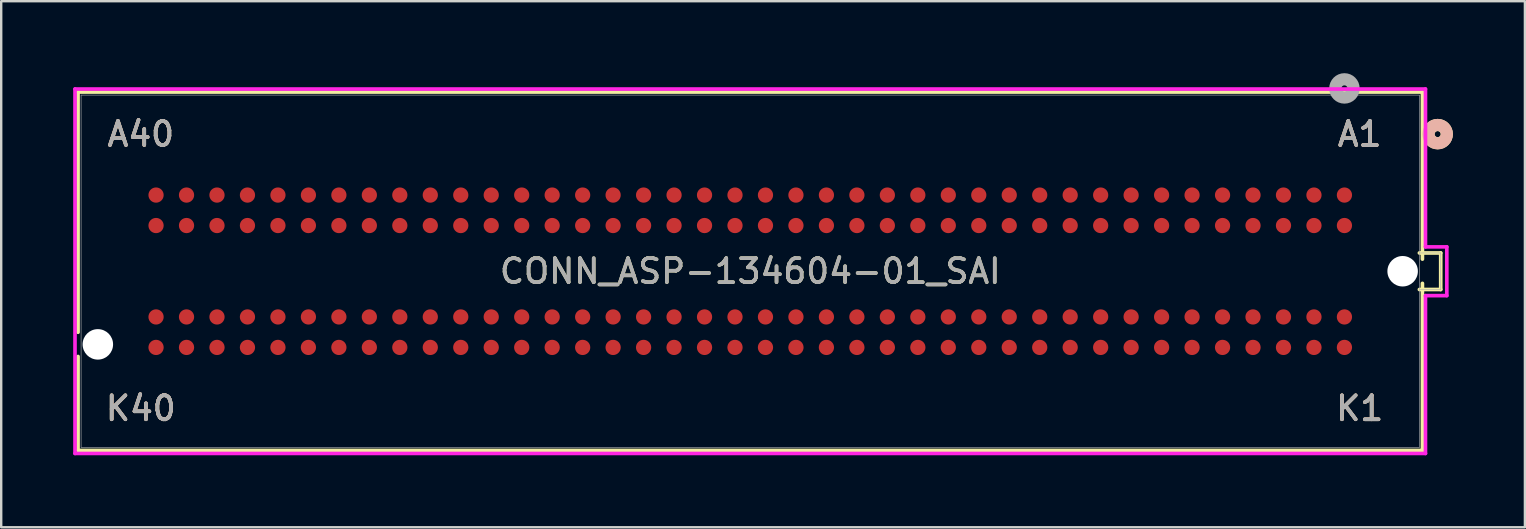
<source format=kicad_pcb>
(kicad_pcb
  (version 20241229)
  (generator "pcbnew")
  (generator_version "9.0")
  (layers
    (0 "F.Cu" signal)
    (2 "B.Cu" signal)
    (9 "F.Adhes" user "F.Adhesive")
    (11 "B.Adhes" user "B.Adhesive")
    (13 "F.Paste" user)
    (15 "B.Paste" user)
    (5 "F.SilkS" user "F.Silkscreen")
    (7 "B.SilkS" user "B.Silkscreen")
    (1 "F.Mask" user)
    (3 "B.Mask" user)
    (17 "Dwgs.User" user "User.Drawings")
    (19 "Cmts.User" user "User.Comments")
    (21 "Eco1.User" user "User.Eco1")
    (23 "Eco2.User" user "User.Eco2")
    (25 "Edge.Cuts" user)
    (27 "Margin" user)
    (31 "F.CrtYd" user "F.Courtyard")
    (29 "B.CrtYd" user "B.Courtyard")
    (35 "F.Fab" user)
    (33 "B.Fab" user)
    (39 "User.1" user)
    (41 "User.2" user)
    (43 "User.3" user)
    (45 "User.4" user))
  (footprint "CONN_ASP-134604-01_SAI"
    (layer "F.Cu")
    (at 28.219 8.255)
    (property "Reference" "CONN_ASP-134604-01_SAI" (at 0 0 0) (unlocked yes) (layer "F.SilkS") (effects (font (size 1 1) (thickness 0.15))))
    (attr smd)
    (fp_line (start -28.016 -7.468) (end -28.016 2.543) (stroke (width 0.152) (type solid)) (layer "F.SilkS"))
    (fp_line (start -28.016 3.553) (end -28.016 7.468) (stroke (width 0.152) (type solid)) (layer "F.SilkS"))
    (fp_line (start -28.016 7.468) (end 28.016 7.468) (stroke (width 0.152) (type solid)) (layer "F.SilkS"))
    (fp_line (start 27.889 0.762) (end 28.778 0.762) (stroke (width 0.152) (type solid)) (layer "F.SilkS"))
    (fp_line (start 28.016 -7.468) (end -28.016 -7.468) (stroke (width 0.152) (type solid)) (layer "F.SilkS"))
    (fp_line (start 28.016 -0.505) (end 28.016 -7.468) (stroke (width 0.152) (type solid)) (layer "F.SilkS"))
    (fp_line (start 28.016 7.468) (end 28.016 0.505) (stroke (width 0.152) (type solid)) (layer "F.SilkS"))
    (fp_line (start 28.778 -0.762) (end 27.889 -0.762) (stroke (width 0.152) (type solid)) (layer "F.SilkS"))
    (fp_line (start 28.778 0.762) (end 28.778 -0.762) (stroke (width 0.152) (type solid)) (layer "F.SilkS"))
    (fp_circle (center 28.651 -5.715) (end 29.032 -5.715) (stroke (width 0.508) (type solid)) (fill no) (layer "F.SilkS"))
    (fp_circle (center 28.651 -5.715) (end 29.032 -5.715) (stroke (width 0.508) (type solid)) (fill no) (layer "B.SilkS"))
    (fp_line (start -28.143 -7.595) (end -28.143 7.595) (stroke (width 0.152) (type solid)) (layer "F.CrtYd"))
    (fp_line (start -28.143 7.595) (end 28.143 7.595) (stroke (width 0.152) (type solid)) (layer "F.CrtYd"))
    (fp_line (start 28.143 -7.595) (end -28.143 -7.595) (stroke (width 0.152) (type solid)) (layer "F.CrtYd"))
    (fp_line (start 28.143 -1.016) (end 28.143 -7.595) (stroke (width 0.152) (type solid)) (layer "F.CrtYd"))
    (fp_line (start 28.143 1.016) (end 29.032 1.016) (stroke (width 0.152) (type solid)) (layer "F.CrtYd"))
    (fp_line (start 28.143 7.595) (end 28.143 1.016) (stroke (width 0.152) (type solid)) (layer "F.CrtYd"))
    (fp_line (start 29.032 -1.016) (end 28.143 -1.016) (stroke (width 0.152) (type solid)) (layer "F.CrtYd"))
    (fp_line (start 29.032 1.016) (end 29.032 -1.016) (stroke (width 0.152) (type solid)) (layer "F.CrtYd"))
    (fp_line (start -27.889 -7.341) (end -27.889 7.341) (stroke (width 0.025) (type solid)) (layer "F.Fab"))
    (fp_line (start -27.889 7.341) (end 27.889 7.341) (stroke (width 0.025) (type solid)) (layer "F.Fab"))
    (fp_line (start 27.889 -7.341) (end -27.889 -7.341) (stroke (width 0.025) (type solid)) (layer "F.Fab"))
    (fp_line (start 27.889 0.762) (end 28.778 0.762) (stroke (width 0.025) (type solid)) (layer "F.Fab"))
    (fp_line (start 27.889 7.341) (end 27.889 -7.341) (stroke (width 0.025) (type solid)) (layer "F.Fab"))
    (fp_line (start 28.778 -0.762) (end 27.889 -0.762) (stroke (width 0.025) (type solid)) (layer "F.Fab"))
    (fp_line (start 28.778 0.762) (end 28.778 -0.762) (stroke (width 0.025) (type solid)) (layer "F.Fab"))
    (fp_circle (center 24.765 -7.62) (end 25.146 -7.62) (stroke (width 0.508) (type solid)) (fill no) (layer "F.Fab"))
    (fp_text user "A1" (at 25.4 -5.715 0) (unlocked yes) (layer "F.SilkS") (effects (font (size 1 1) (thickness 0.15))))
    (fp_text user "A40" (at -25.4 -5.715 0) (unlocked yes) (layer "F.SilkS") (effects (font (size 1 1) (thickness 0.15))))
    (fp_text user "K1" (at 25.4 5.715 0) (unlocked yes) (layer "F.SilkS") (effects (font (size 1 1) (thickness 0.15))))
    (fp_text user "K40" (at -25.4 5.715 0) (unlocked yes) (layer "F.SilkS") (effects (font (size 1 1) (thickness 0.15))))
    (fp_text user "K1" (at 25.4 5.715 0) (unlocked yes) (layer "B.SilkS") (effects (font (size 1 1) (thickness 0.15))))
    (fp_text user "A1" (at 25.4 -5.715 0) (unlocked yes) (layer "B.SilkS") (effects (font (size 1 1) (thickness 0.15))))
    (fp_text user "A40" (at -25.4 -5.715 0) (unlocked yes) (layer "B.SilkS") (effects (font (size 1 1) (thickness 0.15))))
    (fp_text user "K40" (at -25.4 5.715 0) (unlocked yes) (layer "B.SilkS") (effects (font (size 1 1) (thickness 0.15))))
    (fp_text user "A40" (at -25.4 -5.715 0) (unlocked yes) (layer "F.Fab") (effects (font (size 1 1) (thickness 0.15))))
    (fp_text user "K1" (at 25.4 5.715 0) (unlocked yes) (layer "F.Fab") (effects (font (size 1 1) (thickness 0.15))))
    (fp_text user "A1" (at 25.4 -5.715 0) (unlocked yes) (layer "F.Fab") (effects (font (size 1 1) (thickness 0.15))))
    (fp_text user "K40" (at -25.4 5.715 0) (unlocked yes) (layer "F.Fab") (effects (font (size 1 1) (thickness 0.15))))
    (fp_text user "${REFERENCE}" (at 0 0 0) (unlocked yes) (layer "F.Fab") (effects (font (size 1 1) (thickness 0.15))))
    (pad "" np_thru_hole circle (at -27.191 3.048) (size 1.27 1.27) (drill 1.27) (layers "*.Cu" "*.Mask"))
    (pad "" np_thru_hole circle (at 27.191 0) (size 1.27 1.27) (drill 1.27) (layers "*.Cu" "*.Mask"))
    (pad "C1" smd circle (at 24.765 -3.175) (size 0.635 0.635) (layers "F.Cu" "F.Mask" "F.Paste"))
    (pad "C2" smd circle (at 23.495 -3.175) (size 0.635 0.635) (layers "F.Cu" "F.Mask" "F.Paste"))
    (pad "C3" smd circle (at 22.225 -3.175) (size 0.635 0.635) (layers "F.Cu" "F.Mask" "F.Paste"))
    (pad "C4" smd circle (at 20.955 -3.175) (size 0.635 0.635) (layers "F.Cu" "F.Mask" "F.Paste"))
    (pad "C5" smd circle (at 19.685 -3.175) (size 0.635 0.635) (layers "F.Cu" "F.Mask" "F.Paste"))
    (pad "C6" smd circle (at 18.415 -3.175) (size 0.635 0.635) (layers "F.Cu" "F.Mask" "F.Paste"))
    (pad "C7" smd circle (at 17.145 -3.175) (size 0.635 0.635) (layers "F.Cu" "F.Mask" "F.Paste"))
    (pad "C8" smd circle (at 15.875 -3.175) (size 0.635 0.635) (layers "F.Cu" "F.Mask" "F.Paste"))
    (pad "C9" smd circle (at 14.605 -3.175) (size 0.635 0.635) (layers "F.Cu" "F.Mask" "F.Paste"))
    (pad "C10" smd circle (at 13.335 -3.175) (size 0.635 0.635) (layers "F.Cu" "F.Mask" "F.Paste"))
    (pad "C11" smd circle (at 12.065 -3.175) (size 0.635 0.635) (layers "F.Cu" "F.Mask" "F.Paste"))
    (pad "C12" smd circle (at 10.795 -3.175) (size 0.635 0.635) (layers "F.Cu" "F.Mask" "F.Paste"))
    (pad "C13" smd circle (at 9.525 -3.175) (size 0.635 0.635) (layers "F.Cu" "F.Mask" "F.Paste"))
    (pad "C14" smd circle (at 8.255 -3.175) (size 0.635 0.635) (layers "F.Cu" "F.Mask" "F.Paste"))
    (pad "C15" smd circle (at 6.985 -3.175) (size 0.635 0.635) (layers "F.Cu" "F.Mask" "F.Paste"))
    (pad "C16" smd circle (at 5.715 -3.175) (size 0.635 0.635) (layers "F.Cu" "F.Mask" "F.Paste"))
    (pad "C17" smd circle (at 4.445 -3.175) (size 0.635 0.635) (layers "F.Cu" "F.Mask" "F.Paste"))
    (pad "C18" smd circle (at 3.175 -3.175) (size 0.635 0.635) (layers "F.Cu" "F.Mask" "F.Paste"))
    (pad "C19" smd circle (at 1.905 -3.175) (size 0.635 0.635) (layers "F.Cu" "F.Mask" "F.Paste"))
    (pad "C20" smd circle (at 0.635 -3.175) (size 0.635 0.635) (layers "F.Cu" "F.Mask" "F.Paste"))
    (pad "C21" smd circle (at -0.635 -3.175) (size 0.635 0.635) (layers "F.Cu" "F.Mask" "F.Paste"))
    (pad "C22" smd circle (at -1.905 -3.175) (size 0.635 0.635) (layers "F.Cu" "F.Mask" "F.Paste"))
    (pad "C23" smd circle (at -3.175 -3.175) (size 0.635 0.635) (layers "F.Cu" "F.Mask" "F.Paste"))
    (pad "C24" smd circle (at -4.445 -3.175) (size 0.635 0.635) (layers "F.Cu" "F.Mask" "F.Paste"))
    (pad "C25" smd circle (at -5.715 -3.175) (size 0.635 0.635) (layers "F.Cu" "F.Mask" "F.Paste"))
    (pad "C26" smd circle (at -6.985 -3.175) (size 0.635 0.635) (layers "F.Cu" "F.Mask" "F.Paste"))
    (pad "C27" smd circle (at -8.255 -3.175) (size 0.635 0.635) (layers "F.Cu" "F.Mask" "F.Paste"))
    (pad "C28" smd circle (at -9.525 -3.175) (size 0.635 0.635) (layers "F.Cu" "F.Mask" "F.Paste"))
    (pad "C29" smd circle (at -10.795 -3.175) (size 0.635 0.635) (layers "F.Cu" "F.Mask" "F.Paste"))
    (pad "C30" smd circle (at -12.065 -3.175) (size 0.635 0.635) (layers "F.Cu" "F.Mask" "F.Paste"))
    (pad "C31" smd circle (at -13.335 -3.175) (size 0.635 0.635) (layers "F.Cu" "F.Mask" "F.Paste"))
    (pad "C32" smd circle (at -14.605 -3.175) (size 0.635 0.635) (layers "F.Cu" "F.Mask" "F.Paste"))
    (pad "C33" smd circle (at -15.875 -3.175) (size 0.635 0.635) (layers "F.Cu" "F.Mask" "F.Paste"))
    (pad "C34" smd circle (at -17.145 -3.175) (size 0.635 0.635) (layers "F.Cu" "F.Mask" "F.Paste"))
    (pad "C35" smd circle (at -18.415 -3.175) (size 0.635 0.635) (layers "F.Cu" "F.Mask" "F.Paste"))
    (pad "C36" smd circle (at -19.685 -3.175) (size 0.635 0.635) (layers "F.Cu" "F.Mask" "F.Paste"))
    (pad "C37" smd circle (at -20.955 -3.175) (size 0.635 0.635) (layers "F.Cu" "F.Mask" "F.Paste"))
    (pad "C38" smd circle (at -22.225 -3.175) (size 0.635 0.635) (layers "F.Cu" "F.Mask" "F.Paste"))
    (pad "C39" smd circle (at -23.495 -3.175) (size 0.635 0.635) (layers "F.Cu" "F.Mask" "F.Paste"))
    (pad "C40" smd circle (at -24.765 -3.175) (size 0.635 0.635) (layers "F.Cu" "F.Mask" "F.Paste"))
    (pad "D1" smd circle (at 24.765 -1.905) (size 0.635 0.635) (layers "F.Cu" "F.Mask" "F.Paste"))
    (pad "D2" smd circle (at 23.495 -1.905) (size 0.635 0.635) (layers "F.Cu" "F.Mask" "F.Paste"))
    (pad "D3" smd circle (at 22.225 -1.905) (size 0.635 0.635) (layers "F.Cu" "F.Mask" "F.Paste"))
    (pad "D4" smd circle (at 20.955 -1.905) (size 0.635 0.635) (layers "F.Cu" "F.Mask" "F.Paste"))
    (pad "D5" smd circle (at 19.685 -1.905) (size 0.635 0.635) (layers "F.Cu" "F.Mask" "F.Paste"))
    (pad "D6" smd circle (at 18.415 -1.905) (size 0.635 0.635) (layers "F.Cu" "F.Mask" "F.Paste"))
    (pad "D7" smd circle (at 17.145 -1.905) (size 0.635 0.635) (layers "F.Cu" "F.Mask" "F.Paste"))
    (pad "D8" smd circle (at 15.875 -1.905) (size 0.635 0.635) (layers "F.Cu" "F.Mask" "F.Paste"))
    (pad "D9" smd circle (at 14.605 -1.905) (size 0.635 0.635) (layers "F.Cu" "F.Mask" "F.Paste"))
    (pad "D10" smd circle (at 13.335 -1.905) (size 0.635 0.635) (layers "F.Cu" "F.Mask" "F.Paste"))
    (pad "D11" smd circle (at 12.065 -1.905) (size 0.635 0.635) (layers "F.Cu" "F.Mask" "F.Paste"))
    (pad "D12" smd circle (at 10.795 -1.905) (size 0.635 0.635) (layers "F.Cu" "F.Mask" "F.Paste"))
    (pad "D13" smd circle (at 9.525 -1.905) (size 0.635 0.635) (layers "F.Cu" "F.Mask" "F.Paste"))
    (pad "D14" smd circle (at 8.255 -1.905) (size 0.635 0.635) (layers "F.Cu" "F.Mask" "F.Paste"))
    (pad "D15" smd circle (at 6.985 -1.905) (size 0.635 0.635) (layers "F.Cu" "F.Mask" "F.Paste"))
    (pad "D16" smd circle (at 5.715 -1.905) (size 0.635 0.635) (layers "F.Cu" "F.Mask" "F.Paste"))
    (pad "D17" smd circle (at 4.445 -1.905) (size 0.635 0.635) (layers "F.Cu" "F.Mask" "F.Paste"))
    (pad "D18" smd circle (at 3.175 -1.905) (size 0.635 0.635) (layers "F.Cu" "F.Mask" "F.Paste"))
    (pad "D19" smd circle (at 1.905 -1.905) (size 0.635 0.635) (layers "F.Cu" "F.Mask" "F.Paste"))
    (pad "D20" smd circle (at 0.635 -1.905) (size 0.635 0.635) (layers "F.Cu" "F.Mask" "F.Paste"))
    (pad "D21" smd circle (at -0.635 -1.905) (size 0.635 0.635) (layers "F.Cu" "F.Mask" "F.Paste"))
    (pad "D22" smd circle (at -1.905 -1.905) (size 0.635 0.635) (layers "F.Cu" "F.Mask" "F.Paste"))
    (pad "D23" smd circle (at -3.175 -1.905) (size 0.635 0.635) (layers "F.Cu" "F.Mask" "F.Paste"))
    (pad "D24" smd circle (at -4.445 -1.905) (size 0.635 0.635) (layers "F.Cu" "F.Mask" "F.Paste"))
    (pad "D25" smd circle (at -5.715 -1.905) (size 0.635 0.635) (layers "F.Cu" "F.Mask" "F.Paste"))
    (pad "D26" smd circle (at -6.985 -1.905) (size 0.635 0.635) (layers "F.Cu" "F.Mask" "F.Paste"))
    (pad "D27" smd circle (at -8.255 -1.905) (size 0.635 0.635) (layers "F.Cu" "F.Mask" "F.Paste"))
    (pad "D28" smd circle (at -9.525 -1.905) (size 0.635 0.635) (layers "F.Cu" "F.Mask" "F.Paste"))
    (pad "D29" smd circle (at -10.795 -1.905) (size 0.635 0.635) (layers "F.Cu" "F.Mask" "F.Paste"))
    (pad "D30" smd circle (at -12.065 -1.905) (size 0.635 0.635) (layers "F.Cu" "F.Mask" "F.Paste"))
    (pad "D31" smd circle (at -13.335 -1.905) (size 0.635 0.635) (layers "F.Cu" "F.Mask" "F.Paste"))
    (pad "D32" smd circle (at -14.605 -1.905) (size 0.635 0.635) (layers "F.Cu" "F.Mask" "F.Paste"))
    (pad "D33" smd circle (at -15.875 -1.905) (size 0.635 0.635) (layers "F.Cu" "F.Mask" "F.Paste"))
    (pad "D34" smd circle (at -17.145 -1.905) (size 0.635 0.635) (layers "F.Cu" "F.Mask" "F.Paste"))
    (pad "D35" smd circle (at -18.415 -1.905) (size 0.635 0.635) (layers "F.Cu" "F.Mask" "F.Paste"))
    (pad "D36" smd circle (at -19.685 -1.905) (size 0.635 0.635) (layers "F.Cu" "F.Mask" "F.Paste"))
    (pad "D37" smd circle (at -20.955 -1.905) (size 0.635 0.635) (layers "F.Cu" "F.Mask" "F.Paste"))
    (pad "D38" smd circle (at -22.225 -1.905) (size 0.635 0.635) (layers "F.Cu" "F.Mask" "F.Paste"))
    (pad "D39" smd circle (at -23.495 -1.905) (size 0.635 0.635) (layers "F.Cu" "F.Mask" "F.Paste"))
    (pad "D40" smd circle (at -24.765 -1.905) (size 0.635 0.635) (layers "F.Cu" "F.Mask" "F.Paste"))
    (pad "G1" smd circle (at 24.765 1.905) (size 0.635 0.635) (layers "F.Cu" "F.Mask" "F.Paste"))
    (pad "G2" smd circle (at 23.495 1.905) (size 0.635 0.635) (layers "F.Cu" "F.Mask" "F.Paste"))
    (pad "G3" smd circle (at 22.225 1.905) (size 0.635 0.635) (layers "F.Cu" "F.Mask" "F.Paste"))
    (pad "G4" smd circle (at 20.955 1.905) (size 0.635 0.635) (layers "F.Cu" "F.Mask" "F.Paste"))
    (pad "G5" smd circle (at 19.685 1.905) (size 0.635 0.635) (layers "F.Cu" "F.Mask" "F.Paste"))
    (pad "G6" smd circle (at 18.415 1.905) (size 0.635 0.635) (layers "F.Cu" "F.Mask" "F.Paste"))
    (pad "G7" smd circle (at 17.145 1.905) (size 0.635 0.635) (layers "F.Cu" "F.Mask" "F.Paste"))
    (pad "G8" smd circle (at 15.875 1.905) (size 0.635 0.635) (layers "F.Cu" "F.Mask" "F.Paste"))
    (pad "G9" smd circle (at 14.605 1.905) (size 0.635 0.635) (layers "F.Cu" "F.Mask" "F.Paste"))
    (pad "G10" smd circle (at 13.335 1.905) (size 0.635 0.635) (layers "F.Cu" "F.Mask" "F.Paste"))
    (pad "G11" smd circle (at 12.065 1.905) (size 0.635 0.635) (layers "F.Cu" "F.Mask" "F.Paste"))
    (pad "G12" smd circle (at 10.795 1.905) (size 0.635 0.635) (layers "F.Cu" "F.Mask" "F.Paste"))
    (pad "G13" smd circle (at 9.525 1.905) (size 0.635 0.635) (layers "F.Cu" "F.Mask" "F.Paste"))
    (pad "G14" smd circle (at 8.255 1.905) (size 0.635 0.635) (layers "F.Cu" "F.Mask" "F.Paste"))
    (pad "G15" smd circle (at 6.985 1.905) (size 0.635 0.635) (layers "F.Cu" "F.Mask" "F.Paste"))
    (pad "G16" smd circle (at 5.715 1.905) (size 0.635 0.635) (layers "F.Cu" "F.Mask" "F.Paste"))
    (pad "G17" smd circle (at 4.445 1.905) (size 0.635 0.635) (layers "F.Cu" "F.Mask" "F.Paste"))
    (pad "G18" smd circle (at 3.175 1.905) (size 0.635 0.635) (layers "F.Cu" "F.Mask" "F.Paste"))
    (pad "G19" smd circle (at 1.905 1.905) (size 0.635 0.635) (layers "F.Cu" "F.Mask" "F.Paste"))
    (pad "G20" smd circle (at 0.635 1.905) (size 0.635 0.635) (layers "F.Cu" "F.Mask" "F.Paste"))
    (pad "G21" smd circle (at -0.635 1.905) (size 0.635 0.635) (layers "F.Cu" "F.Mask" "F.Paste"))
    (pad "G22" smd circle (at -1.905 1.905) (size 0.635 0.635) (layers "F.Cu" "F.Mask" "F.Paste"))
    (pad "G23" smd circle (at -3.175 1.905) (size 0.635 0.635) (layers "F.Cu" "F.Mask" "F.Paste"))
    (pad "G24" smd circle (at -4.445 1.905) (size 0.635 0.635) (layers "F.Cu" "F.Mask" "F.Paste"))
    (pad "G25" smd circle (at -5.715 1.905) (size 0.635 0.635) (layers "F.Cu" "F.Mask" "F.Paste"))
    (pad "G26" smd circle (at -6.985 1.905) (size 0.635 0.635) (layers "F.Cu" "F.Mask" "F.Paste"))
    (pad "G27" smd circle (at -8.255 1.905) (size 0.635 0.635) (layers "F.Cu" "F.Mask" "F.Paste"))
    (pad "G28" smd circle (at -9.525 1.905) (size 0.635 0.635) (layers "F.Cu" "F.Mask" "F.Paste"))
    (pad "G29" smd circle (at -10.795 1.905) (size 0.635 0.635) (layers "F.Cu" "F.Mask" "F.Paste"))
    (pad "G30" smd circle (at -12.065 1.905) (size 0.635 0.635) (layers "F.Cu" "F.Mask" "F.Paste"))
    (pad "G31" smd circle (at -13.335 1.905) (size 0.635 0.635) (layers "F.Cu" "F.Mask" "F.Paste"))
    (pad "G32" smd circle (at -14.605 1.905) (size 0.635 0.635) (layers "F.Cu" "F.Mask" "F.Paste"))
    (pad "G33" smd circle (at -15.875 1.905) (size 0.635 0.635) (layers "F.Cu" "F.Mask" "F.Paste"))
    (pad "G34" smd circle (at -17.145 1.905) (size 0.635 0.635) (layers "F.Cu" "F.Mask" "F.Paste"))
    (pad "G35" smd circle (at -18.415 1.905) (size 0.635 0.635) (layers "F.Cu" "F.Mask" "F.Paste"))
    (pad "G36" smd circle (at -19.685 1.905) (size 0.635 0.635) (layers "F.Cu" "F.Mask" "F.Paste"))
    (pad "G37" smd circle (at -20.955 1.905) (size 0.635 0.635) (layers "F.Cu" "F.Mask" "F.Paste"))
    (pad "G38" smd circle (at -22.225 1.905) (size 0.635 0.635) (layers "F.Cu" "F.Mask" "F.Paste"))
    (pad "G39" smd circle (at -23.495 1.905) (size 0.635 0.635) (layers "F.Cu" "F.Mask" "F.Paste"))
    (pad "G40" smd circle (at -24.765 1.905) (size 0.635 0.635) (layers "F.Cu" "F.Mask" "F.Paste"))
    (pad "H1" smd circle (at 24.765 3.175) (size 0.635 0.635) (layers "F.Cu" "F.Mask" "F.Paste"))
    (pad "H2" smd circle (at 23.495 3.175) (size 0.635 0.635) (layers "F.Cu" "F.Mask" "F.Paste"))
    (pad "H3" smd circle (at 22.225 3.175) (size 0.635 0.635) (layers "F.Cu" "F.Mask" "F.Paste"))
    (pad "H4" smd circle (at 20.955 3.175) (size 0.635 0.635) (layers "F.Cu" "F.Mask" "F.Paste"))
    (pad "H5" smd circle (at 19.685 3.175) (size 0.635 0.635) (layers "F.Cu" "F.Mask" "F.Paste"))
    (pad "H6" smd circle (at 18.415 3.175) (size 0.635 0.635) (layers "F.Cu" "F.Mask" "F.Paste"))
    (pad "H7" smd circle (at 17.145 3.175) (size 0.635 0.635) (layers "F.Cu" "F.Mask" "F.Paste"))
    (pad "H8" smd circle (at 15.875 3.175) (size 0.635 0.635) (layers "F.Cu" "F.Mask" "F.Paste"))
    (pad "H9" smd circle (at 14.605 3.175) (size 0.635 0.635) (layers "F.Cu" "F.Mask" "F.Paste"))
    (pad "H10" smd circle (at 13.335 3.175) (size 0.635 0.635) (layers "F.Cu" "F.Mask" "F.Paste"))
    (pad "H11" smd circle (at 12.065 3.175) (size 0.635 0.635) (layers "F.Cu" "F.Mask" "F.Paste"))
    (pad "H12" smd circle (at 10.795 3.175) (size 0.635 0.635) (layers "F.Cu" "F.Mask" "F.Paste"))
    (pad "H13" smd circle (at 9.525 3.175) (size 0.635 0.635) (layers "F.Cu" "F.Mask" "F.Paste"))
    (pad "H14" smd circle (at 8.255 3.175) (size 0.635 0.635) (layers "F.Cu" "F.Mask" "F.Paste"))
    (pad "H15" smd circle (at 6.985 3.175) (size 0.635 0.635) (layers "F.Cu" "F.Mask" "F.Paste"))
    (pad "H16" smd circle (at 5.715 3.175) (size 0.635 0.635) (layers "F.Cu" "F.Mask" "F.Paste"))
    (pad "H17" smd circle (at 4.445 3.175) (size 0.635 0.635) (layers "F.Cu" "F.Mask" "F.Paste"))
    (pad "H18" smd circle (at 3.175 3.175) (size 0.635 0.635) (layers "F.Cu" "F.Mask" "F.Paste"))
    (pad "H19" smd circle (at 1.905 3.175) (size 0.635 0.635) (layers "F.Cu" "F.Mask" "F.Paste"))
    (pad "H20" smd circle (at 0.635 3.175) (size 0.635 0.635) (layers "F.Cu" "F.Mask" "F.Paste"))
    (pad "H21" smd circle (at -0.635 3.175) (size 0.635 0.635) (layers "F.Cu" "F.Mask" "F.Paste"))
    (pad "H22" smd circle (at -1.905 3.175) (size 0.635 0.635) (layers "F.Cu" "F.Mask" "F.Paste"))
    (pad "H23" smd circle (at -3.175 3.175) (size 0.635 0.635) (layers "F.Cu" "F.Mask" "F.Paste"))
    (pad "H24" smd circle (at -4.445 3.175) (size 0.635 0.635) (layers "F.Cu" "F.Mask" "F.Paste"))
    (pad "H25" smd circle (at -5.715 3.175) (size 0.635 0.635) (layers "F.Cu" "F.Mask" "F.Paste"))
    (pad "H26" smd circle (at -6.985 3.175) (size 0.635 0.635) (layers "F.Cu" "F.Mask" "F.Paste"))
    (pad "H27" smd circle (at -8.255 3.175) (size 0.635 0.635) (layers "F.Cu" "F.Mask" "F.Paste"))
    (pad "H28" smd circle (at -9.525 3.175) (size 0.635 0.635) (layers "F.Cu" "F.Mask" "F.Paste"))
    (pad "H29" smd circle (at -10.795 3.175) (size 0.635 0.635) (layers "F.Cu" "F.Mask" "F.Paste"))
    (pad "H30" smd circle (at -12.065 3.175) (size 0.635 0.635) (layers "F.Cu" "F.Mask" "F.Paste"))
    (pad "H31" smd circle (at -13.335 3.175) (size 0.635 0.635) (layers "F.Cu" "F.Mask" "F.Paste"))
    (pad "H32" smd circle (at -14.605 3.175) (size 0.635 0.635) (layers "F.Cu" "F.Mask" "F.Paste"))
    (pad "H33" smd circle (at -15.875 3.175) (size 0.635 0.635) (layers "F.Cu" "F.Mask" "F.Paste"))
    (pad "H34" smd circle (at -17.145 3.175) (size 0.635 0.635) (layers "F.Cu" "F.Mask" "F.Paste"))
    (pad "H35" smd circle (at -18.415 3.175) (size 0.635 0.635) (layers "F.Cu" "F.Mask" "F.Paste"))
    (pad "H36" smd circle (at -19.685 3.175) (size 0.635 0.635) (layers "F.Cu" "F.Mask" "F.Paste"))
    (pad "H37" smd circle (at -20.955 3.175) (size 0.635 0.635) (layers "F.Cu" "F.Mask" "F.Paste"))
    (pad "H38" smd circle (at -22.225 3.175) (size 0.635 0.635) (layers "F.Cu" "F.Mask" "F.Paste"))
    (pad "H39" smd circle (at -23.495 3.175) (size 0.635 0.635) (layers "F.Cu" "F.Mask" "F.Paste"))
    (pad "H40" smd circle (at -24.765 3.175) (size 0.635 0.635) (layers "F.Cu" "F.Mask" "F.Paste")))
  (gr_rect
    (start -3 -3)
    (end 60.506 18.926)
    (stroke (width 0.1) (type default))
    (fill no)
    (layer "Edge.Cuts")))
</source>
